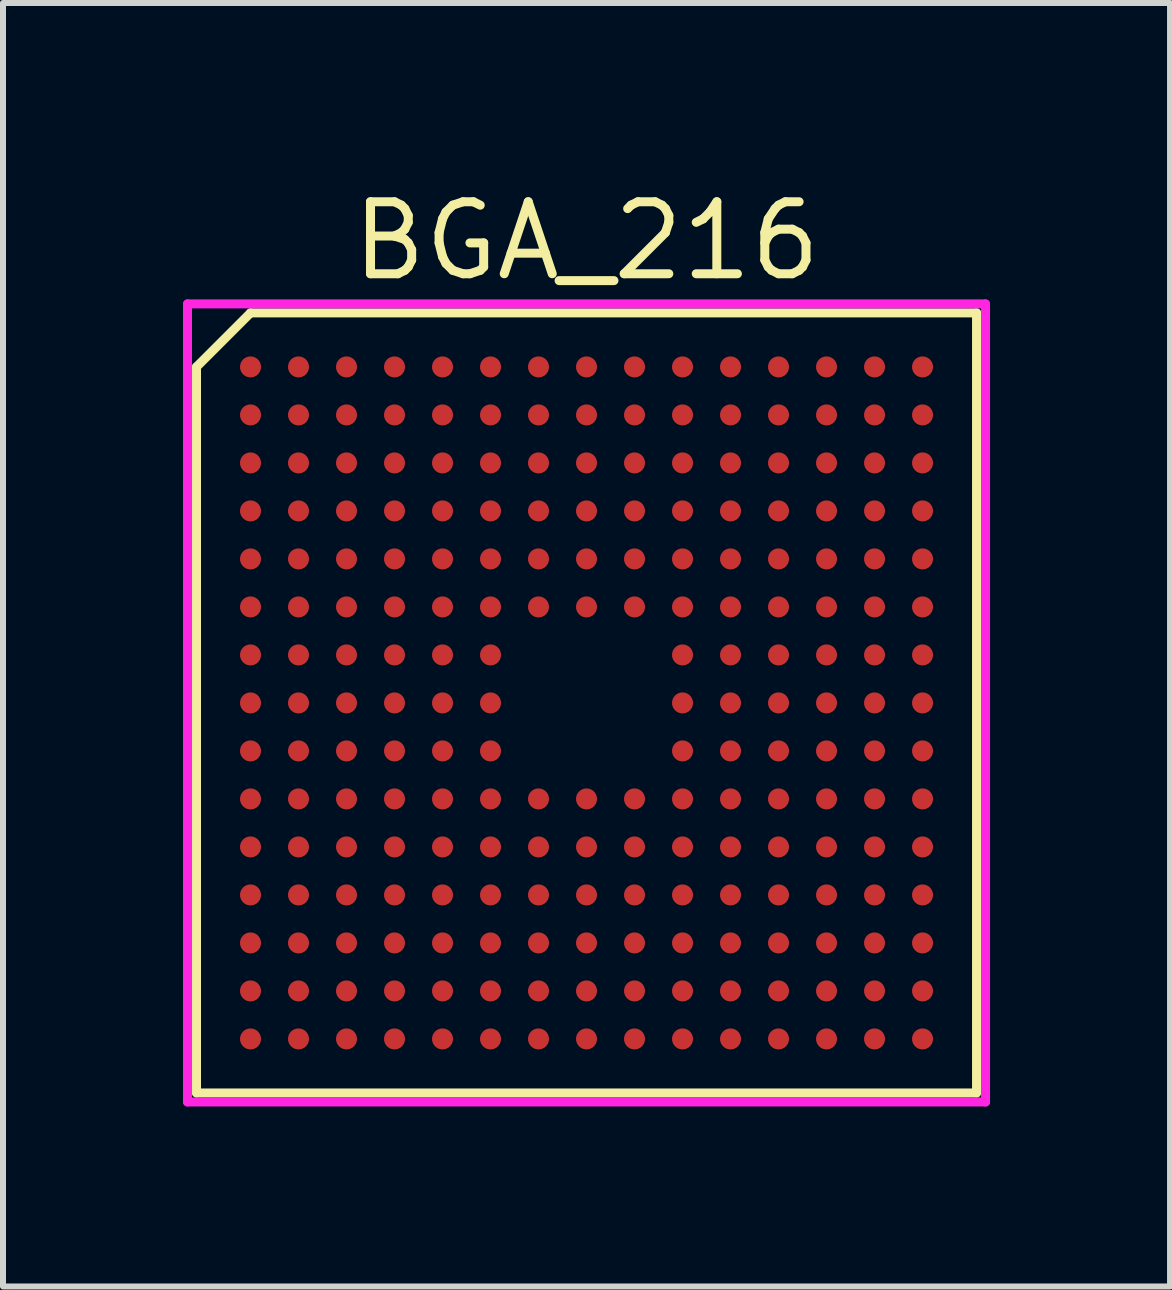
<source format=kicad_pcb>
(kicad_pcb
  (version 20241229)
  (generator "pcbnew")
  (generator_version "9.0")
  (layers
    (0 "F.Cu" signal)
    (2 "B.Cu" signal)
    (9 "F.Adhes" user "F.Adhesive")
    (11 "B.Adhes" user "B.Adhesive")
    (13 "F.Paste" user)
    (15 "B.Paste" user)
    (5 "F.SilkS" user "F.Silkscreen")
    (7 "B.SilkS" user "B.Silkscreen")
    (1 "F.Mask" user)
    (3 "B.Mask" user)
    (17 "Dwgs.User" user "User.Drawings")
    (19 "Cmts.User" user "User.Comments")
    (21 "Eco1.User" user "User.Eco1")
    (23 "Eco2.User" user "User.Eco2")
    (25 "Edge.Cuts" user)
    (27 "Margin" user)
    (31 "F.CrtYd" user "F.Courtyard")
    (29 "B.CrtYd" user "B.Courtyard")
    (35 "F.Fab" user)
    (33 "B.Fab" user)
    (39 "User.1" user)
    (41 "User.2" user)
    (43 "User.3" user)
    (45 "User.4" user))
  (footprint "BGA_216"
    (layer "F.Cu")
    (at 6.725 8.665)
    (property "Reference" "BGA_216" (at 0 -7.7 0) (layer "F.SilkS") (effects (font (size 1.2 1.2) (thickness 0.15))))
    (attr through_hole)
    (fp_line (start -6.5 -5.6) (end -6.5 6.5) (stroke (width 0.15) (type solid)) (layer "F.SilkS"))
    (fp_line (start -6.5 6.5) (end 6.5 6.5) (stroke (width 0.15) (type solid)) (layer "F.SilkS"))
    (fp_line (start -5.6 -6.5) (end -6.5 -5.6) (stroke (width 0.15) (type solid)) (layer "F.SilkS"))
    (fp_line (start 6.5 -6.5) (end -5.6 -6.5) (stroke (width 0.15) (type solid)) (layer "F.SilkS"))
    (fp_line (start 6.5 6.5) (end 6.5 -6.5) (stroke (width 0.15) (type solid)) (layer "F.SilkS"))
    (fp_line (start -6.65 -6.65) (end 6.65 -6.65) (stroke (width 0.15) (type solid)) (layer "F.CrtYd"))
    (fp_line (start -6.65 6.65) (end -6.65 -6.65) (stroke (width 0.15) (type solid)) (layer "F.CrtYd"))
    (fp_line (start 6.65 -6.65) (end 6.65 6.65) (stroke (width 0.15) (type solid)) (layer "F.CrtYd"))
    (fp_line (start 6.65 6.65) (end -6.65 6.65) (stroke (width 0.15) (type solid)) (layer "F.CrtYd"))
    (pad "A1" smd circle (at -5.6 -5.6) (size 0.35 0.35) (layers "F.Cu" "F.Mask" "F.Paste"))
    (pad "A2" smd circle (at -4.8 -5.6) (size 0.35 0.35) (layers "F.Cu" "F.Mask" "F.Paste"))
    (pad "A3" smd circle (at -4 -5.6) (size 0.35 0.35) (layers "F.Cu" "F.Mask" "F.Paste"))
    (pad "A4" smd circle (at -3.2 -5.6) (size 0.35 0.35) (layers "F.Cu" "F.Mask" "F.Paste"))
    (pad "A5" smd circle (at -2.4 -5.6) (size 0.35 0.35) (layers "F.Cu" "F.Mask" "F.Paste"))
    (pad "A6" smd circle (at -1.6 -5.6) (size 0.35 0.35) (layers "F.Cu" "F.Mask" "F.Paste"))
    (pad "A7" smd circle (at -0.8 -5.6) (size 0.35 0.35) (layers "F.Cu" "F.Mask" "F.Paste"))
    (pad "A8" smd circle (at 0 -5.6) (size 0.35 0.35) (layers "F.Cu" "F.Mask" "F.Paste"))
    (pad "A9" smd circle (at 0.8 -5.6) (size 0.35 0.35) (layers "F.Cu" "F.Mask" "F.Paste"))
    (pad "A10" smd circle (at 1.6 -5.6) (size 0.35 0.35) (layers "F.Cu" "F.Mask" "F.Paste"))
    (pad "A11" smd circle (at 2.4 -5.6) (size 0.35 0.35) (layers "F.Cu" "F.Mask" "F.Paste"))
    (pad "A12" smd circle (at 3.2 -5.6) (size 0.35 0.35) (layers "F.Cu" "F.Mask" "F.Paste"))
    (pad "A13" smd circle (at 4 -5.6) (size 0.35 0.35) (layers "F.Cu" "F.Mask" "F.Paste"))
    (pad "A14" smd circle (at 4.8 -5.6) (size 0.35 0.35) (layers "F.Cu" "F.Mask" "F.Paste"))
    (pad "A15" smd circle (at 5.6 -5.6) (size 0.35 0.35) (layers "F.Cu" "F.Mask" "F.Paste"))
    (pad "B1" smd circle (at -5.6 -4.8) (size 0.35 0.35) (layers "F.Cu" "F.Mask" "F.Paste"))
    (pad "B2" smd circle (at -4.8 -4.8) (size 0.35 0.35) (layers "F.Cu" "F.Mask" "F.Paste"))
    (pad "B3" smd circle (at -4 -4.8) (size 0.35 0.35) (layers "F.Cu" "F.Mask" "F.Paste"))
    (pad "B4" smd circle (at -3.2 -4.8) (size 0.35 0.35) (layers "F.Cu" "F.Mask" "F.Paste"))
    (pad "B5" smd circle (at -2.4 -4.8) (size 0.35 0.35) (layers "F.Cu" "F.Mask" "F.Paste"))
    (pad "B6" smd circle (at -1.6 -4.8) (size 0.35 0.35) (layers "F.Cu" "F.Mask" "F.Paste"))
    (pad "B7" smd circle (at -0.8 -4.8) (size 0.35 0.35) (layers "F.Cu" "F.Mask" "F.Paste"))
    (pad "B8" smd circle (at 0 -4.8) (size 0.35 0.35) (layers "F.Cu" "F.Mask" "F.Paste"))
    (pad "B9" smd circle (at 0.8 -4.8) (size 0.35 0.35) (layers "F.Cu" "F.Mask" "F.Paste"))
    (pad "B10" smd circle (at 1.6 -4.8) (size 0.35 0.35) (layers "F.Cu" "F.Mask" "F.Paste"))
    (pad "B11" smd circle (at 2.4 -4.8) (size 0.35 0.35) (layers "F.Cu" "F.Mask" "F.Paste"))
    (pad "B12" smd circle (at 3.2 -4.8) (size 0.35 0.35) (layers "F.Cu" "F.Mask" "F.Paste"))
    (pad "B13" smd circle (at 4 -4.8) (size 0.35 0.35) (layers "F.Cu" "F.Mask" "F.Paste"))
    (pad "B14" smd circle (at 4.8 -4.8) (size 0.35 0.35) (layers "F.Cu" "F.Mask" "F.Paste"))
    (pad "B15" smd circle (at 5.6 -4.8) (size 0.35 0.35) (layers "F.Cu" "F.Mask" "F.Paste"))
    (pad "C1" smd circle (at -5.6 -4) (size 0.35 0.35) (layers "F.Cu" "F.Mask" "F.Paste"))
    (pad "C2" smd circle (at -4.8 -4) (size 0.35 0.35) (layers "F.Cu" "F.Mask" "F.Paste"))
    (pad "C3" smd circle (at -4 -4) (size 0.35 0.35) (layers "F.Cu" "F.Mask" "F.Paste"))
    (pad "C4" smd circle (at -3.2 -4) (size 0.35 0.35) (layers "F.Cu" "F.Mask" "F.Paste"))
    (pad "C5" smd circle (at -2.4 -4) (size 0.35 0.35) (layers "F.Cu" "F.Mask" "F.Paste"))
    (pad "C6" smd circle (at -1.6 -4) (size 0.35 0.35) (layers "F.Cu" "F.Mask" "F.Paste"))
    (pad "C7" smd circle (at -0.8 -4) (size 0.35 0.35) (layers "F.Cu" "F.Mask" "F.Paste"))
    (pad "C8" smd circle (at 0 -4) (size 0.35 0.35) (layers "F.Cu" "F.Mask" "F.Paste"))
    (pad "C9" smd circle (at 0.8 -4) (size 0.35 0.35) (layers "F.Cu" "F.Mask" "F.Paste"))
    (pad "C10" smd circle (at 1.6 -4) (size 0.35 0.35) (layers "F.Cu" "F.Mask" "F.Paste"))
    (pad "C11" smd circle (at 2.4 -4) (size 0.35 0.35) (layers "F.Cu" "F.Mask" "F.Paste"))
    (pad "C12" smd circle (at 3.2 -4) (size 0.35 0.35) (layers "F.Cu" "F.Mask" "F.Paste"))
    (pad "C13" smd circle (at 4 -4) (size 0.35 0.35) (layers "F.Cu" "F.Mask" "F.Paste"))
    (pad "C14" smd circle (at 4.8 -4) (size 0.35 0.35) (layers "F.Cu" "F.Mask" "F.Paste"))
    (pad "C15" smd circle (at 5.6 -4) (size 0.35 0.35) (layers "F.Cu" "F.Mask" "F.Paste"))
    (pad "D1" smd circle (at -5.6 -3.2) (size 0.35 0.35) (layers "F.Cu" "F.Mask" "F.Paste"))
    (pad "D2" smd circle (at -4.8 -3.2) (size 0.35 0.35) (layers "F.Cu" "F.Mask" "F.Paste"))
    (pad "D3" smd circle (at -4 -3.2) (size 0.35 0.35) (layers "F.Cu" "F.Mask" "F.Paste"))
    (pad "D4" smd circle (at -3.2 -3.2) (size 0.35 0.35) (layers "F.Cu" "F.Mask" "F.Paste"))
    (pad "D5" smd circle (at -2.4 -3.2) (size 0.35 0.35) (layers "F.Cu" "F.Mask" "F.Paste"))
    (pad "D6" smd circle (at -1.6 -3.2) (size 0.35 0.35) (layers "F.Cu" "F.Mask" "F.Paste"))
    (pad "D7" smd circle (at -0.8 -3.2) (size 0.35 0.35) (layers "F.Cu" "F.Mask" "F.Paste"))
    (pad "D8" smd circle (at 0 -3.2) (size 0.35 0.35) (layers "F.Cu" "F.Mask" "F.Paste"))
    (pad "D9" smd circle (at 0.8 -3.2) (size 0.35 0.35) (layers "F.Cu" "F.Mask" "F.Paste"))
    (pad "D10" smd circle (at 1.6 -3.2) (size 0.35 0.35) (layers "F.Cu" "F.Mask" "F.Paste"))
    (pad "D11" smd circle (at 2.4 -3.2) (size 0.35 0.35) (layers "F.Cu" "F.Mask" "F.Paste"))
    (pad "D12" smd circle (at 3.2 -3.2) (size 0.35 0.35) (layers "F.Cu" "F.Mask" "F.Paste"))
    (pad "D13" smd circle (at 4 -3.2) (size 0.35 0.35) (layers "F.Cu" "F.Mask" "F.Paste"))
    (pad "D14" smd circle (at 4.8 -3.2) (size 0.35 0.35) (layers "F.Cu" "F.Mask" "F.Paste"))
    (pad "D15" smd circle (at 5.6 -3.2) (size 0.35 0.35) (layers "F.Cu" "F.Mask" "F.Paste"))
    (pad "E1" smd circle (at -5.6 -2.4) (size 0.35 0.35) (layers "F.Cu" "F.Mask" "F.Paste"))
    (pad "E2" smd circle (at -4.8 -2.4) (size 0.35 0.35) (layers "F.Cu" "F.Mask" "F.Paste"))
    (pad "E3" smd circle (at -4 -2.4) (size 0.35 0.35) (layers "F.Cu" "F.Mask" "F.Paste"))
    (pad "E4" smd circle (at -3.2 -2.4) (size 0.35 0.35) (layers "F.Cu" "F.Mask" "F.Paste"))
    (pad "E5" smd circle (at -2.4 -2.4) (size 0.35 0.35) (layers "F.Cu" "F.Mask" "F.Paste"))
    (pad "E6" smd circle (at -1.6 -2.4) (size 0.35 0.35) (layers "F.Cu" "F.Mask" "F.Paste"))
    (pad "E7" smd circle (at -0.8 -2.4) (size 0.35 0.35) (layers "F.Cu" "F.Mask" "F.Paste"))
    (pad "E8" smd circle (at 0 -2.4) (size 0.35 0.35) (layers "F.Cu" "F.Mask" "F.Paste"))
    (pad "E9" smd circle (at 0.8 -2.4) (size 0.35 0.35) (layers "F.Cu" "F.Mask" "F.Paste"))
    (pad "E10" smd circle (at 1.6 -2.4) (size 0.35 0.35) (layers "F.Cu" "F.Mask" "F.Paste"))
    (pad "E11" smd circle (at 2.4 -2.4) (size 0.35 0.35) (layers "F.Cu" "F.Mask" "F.Paste"))
    (pad "E12" smd circle (at 3.2 -2.4) (size 0.35 0.35) (layers "F.Cu" "F.Mask" "F.Paste"))
    (pad "E13" smd circle (at 4 -2.4) (size 0.35 0.35) (layers "F.Cu" "F.Mask" "F.Paste"))
    (pad "E14" smd circle (at 4.8 -2.4) (size 0.35 0.35) (layers "F.Cu" "F.Mask" "F.Paste"))
    (pad "E15" smd circle (at 5.6 -2.4) (size 0.35 0.35) (layers "F.Cu" "F.Mask" "F.Paste"))
    (pad "F1" smd circle (at -5.6 -1.6) (size 0.35 0.35) (layers "F.Cu" "F.Mask" "F.Paste"))
    (pad "F2" smd circle (at -4.8 -1.6) (size 0.35 0.35) (layers "F.Cu" "F.Mask" "F.Paste"))
    (pad "F3" smd circle (at -4 -1.6) (size 0.35 0.35) (layers "F.Cu" "F.Mask" "F.Paste"))
    (pad "F4" smd circle (at -3.2 -1.6) (size 0.35 0.35) (layers "F.Cu" "F.Mask" "F.Paste"))
    (pad "F5" smd circle (at -2.4 -1.6) (size 0.35 0.35) (layers "F.Cu" "F.Mask" "F.Paste"))
    (pad "F6" smd circle (at -1.6 -1.6) (size 0.35 0.35) (layers "F.Cu" "F.Mask" "F.Paste"))
    (pad "F7" smd circle (at -0.8 -1.6) (size 0.35 0.35) (layers "F.Cu" "F.Mask" "F.Paste"))
    (pad "F8" smd circle (at 0 -1.6) (size 0.35 0.35) (layers "F.Cu" "F.Mask" "F.Paste"))
    (pad "F9" smd circle (at 0.8 -1.6) (size 0.35 0.35) (layers "F.Cu" "F.Mask" "F.Paste"))
    (pad "F10" smd circle (at 1.6 -1.6) (size 0.35 0.35) (layers "F.Cu" "F.Mask" "F.Paste"))
    (pad "F11" smd circle (at 2.4 -1.6) (size 0.35 0.35) (layers "F.Cu" "F.Mask" "F.Paste"))
    (pad "F12" smd circle (at 3.2 -1.6) (size 0.35 0.35) (layers "F.Cu" "F.Mask" "F.Paste"))
    (pad "F13" smd circle (at 4 -1.6) (size 0.35 0.35) (layers "F.Cu" "F.Mask" "F.Paste"))
    (pad "F14" smd circle (at 4.8 -1.6) (size 0.35 0.35) (layers "F.Cu" "F.Mask" "F.Paste"))
    (pad "F15" smd circle (at 5.6 -1.6) (size 0.35 0.35) (layers "F.Cu" "F.Mask" "F.Paste"))
    (pad "G1" smd circle (at -5.6 -0.8) (size 0.35 0.35) (layers "F.Cu" "F.Mask" "F.Paste"))
    (pad "G2" smd circle (at -4.8 -0.8) (size 0.35 0.35) (layers "F.Cu" "F.Mask" "F.Paste"))
    (pad "G3" smd circle (at -4 -0.8) (size 0.35 0.35) (layers "F.Cu" "F.Mask" "F.Paste"))
    (pad "G4" smd circle (at -3.2 -0.8) (size 0.35 0.35) (layers "F.Cu" "F.Mask" "F.Paste"))
    (pad "G5" smd circle (at -2.4 -0.8) (size 0.35 0.35) (layers "F.Cu" "F.Mask" "F.Paste"))
    (pad "G6" smd circle (at -1.6 -0.8) (size 0.35 0.35) (layers "F.Cu" "F.Mask" "F.Paste"))
    (pad "G10" smd circle (at 1.6 -0.8) (size 0.35 0.35) (layers "F.Cu" "F.Mask" "F.Paste"))
    (pad "G11" smd circle (at 2.4 -0.8) (size 0.35 0.35) (layers "F.Cu" "F.Mask" "F.Paste"))
    (pad "G12" smd circle (at 3.2 -0.8) (size 0.35 0.35) (layers "F.Cu" "F.Mask" "F.Paste"))
    (pad "G13" smd circle (at 4 -0.8) (size 0.35 0.35) (layers "F.Cu" "F.Mask" "F.Paste"))
    (pad "G14" smd circle (at 4.8 -0.8) (size 0.35 0.35) (layers "F.Cu" "F.Mask" "F.Paste"))
    (pad "G15" smd circle (at 5.6 -0.8) (size 0.35 0.35) (layers "F.Cu" "F.Mask" "F.Paste"))
    (pad "H1" smd circle (at -5.6 0) (size 0.35 0.35) (layers "F.Cu" "F.Mask" "F.Paste"))
    (pad "H2" smd circle (at -4.8 0) (size 0.35 0.35) (layers "F.Cu" "F.Mask" "F.Paste"))
    (pad "H3" smd circle (at -4 0) (size 0.35 0.35) (layers "F.Cu" "F.Mask" "F.Paste"))
    (pad "H4" smd circle (at -3.2 0) (size 0.35 0.35) (layers "F.Cu" "F.Mask" "F.Paste"))
    (pad "H5" smd circle (at -2.4 0) (size 0.35 0.35) (layers "F.Cu" "F.Mask" "F.Paste"))
    (pad "H6" smd circle (at -1.6 0) (size 0.35 0.35) (layers "F.Cu" "F.Mask" "F.Paste"))
    (pad "H10" smd circle (at 1.6 0) (size 0.35 0.35) (layers "F.Cu" "F.Mask" "F.Paste"))
    (pad "H11" smd circle (at 2.4 0) (size 0.35 0.35) (layers "F.Cu" "F.Mask" "F.Paste"))
    (pad "H12" smd circle (at 3.2 0) (size 0.35 0.35) (layers "F.Cu" "F.Mask" "F.Paste"))
    (pad "H13" smd circle (at 4 0) (size 0.35 0.35) (layers "F.Cu" "F.Mask" "F.Paste"))
    (pad "H14" smd circle (at 4.8 0) (size 0.35 0.35) (layers "F.Cu" "F.Mask" "F.Paste"))
    (pad "H15" smd circle (at 5.6 0) (size 0.35 0.35) (layers "F.Cu" "F.Mask" "F.Paste"))
    (pad "J1" smd circle (at -5.6 0.8) (size 0.35 0.35) (layers "F.Cu" "F.Mask" "F.Paste"))
    (pad "J2" smd circle (at -4.8 0.8) (size 0.35 0.35) (layers "F.Cu" "F.Mask" "F.Paste"))
    (pad "J3" smd circle (at -4 0.8) (size 0.35 0.35) (layers "F.Cu" "F.Mask" "F.Paste"))
    (pad "J4" smd circle (at -3.2 0.8) (size 0.35 0.35) (layers "F.Cu" "F.Mask" "F.Paste"))
    (pad "J5" smd circle (at -2.4 0.8) (size 0.35 0.35) (layers "F.Cu" "F.Mask" "F.Paste"))
    (pad "J6" smd circle (at -1.6 0.8) (size 0.35 0.35) (layers "F.Cu" "F.Mask" "F.Paste"))
    (pad "J10" smd circle (at 1.6 0.8) (size 0.35 0.35) (layers "F.Cu" "F.Mask" "F.Paste"))
    (pad "J11" smd circle (at 2.4 0.8) (size 0.35 0.35) (layers "F.Cu" "F.Mask" "F.Paste"))
    (pad "J12" smd circle (at 3.2 0.8) (size 0.35 0.35) (layers "F.Cu" "F.Mask" "F.Paste"))
    (pad "J13" smd circle (at 4 0.8) (size 0.35 0.35) (layers "F.Cu" "F.Mask" "F.Paste"))
    (pad "J14" smd circle (at 4.8 0.8) (size 0.35 0.35) (layers "F.Cu" "F.Mask" "F.Paste"))
    (pad "J15" smd circle (at 5.6 0.8) (size 0.35 0.35) (layers "F.Cu" "F.Mask" "F.Paste"))
    (pad "K1" smd circle (at -5.6 1.6) (size 0.35 0.35) (layers "F.Cu" "F.Mask" "F.Paste"))
    (pad "K2" smd circle (at -4.8 1.6) (size 0.35 0.35) (layers "F.Cu" "F.Mask" "F.Paste"))
    (pad "K3" smd circle (at -4 1.6) (size 0.35 0.35) (layers "F.Cu" "F.Mask" "F.Paste"))
    (pad "K4" smd circle (at -3.2 1.6) (size 0.35 0.35) (layers "F.Cu" "F.Mask" "F.Paste"))
    (pad "K5" smd circle (at -2.4 1.6) (size 0.35 0.35) (layers "F.Cu" "F.Mask" "F.Paste"))
    (pad "K6" smd circle (at -1.6 1.6) (size 0.35 0.35) (layers "F.Cu" "F.Mask" "F.Paste"))
    (pad "K7" smd circle (at -0.8 1.6) (size 0.35 0.35) (layers "F.Cu" "F.Mask" "F.Paste"))
    (pad "K8" smd circle (at 0 1.6) (size 0.35 0.35) (layers "F.Cu" "F.Mask" "F.Paste"))
    (pad "K9" smd circle (at 0.8 1.6) (size 0.35 0.35) (layers "F.Cu" "F.Mask" "F.Paste"))
    (pad "K10" smd circle (at 1.6 1.6) (size 0.35 0.35) (layers "F.Cu" "F.Mask" "F.Paste"))
    (pad "K11" smd circle (at 2.4 1.6) (size 0.35 0.35) (layers "F.Cu" "F.Mask" "F.Paste"))
    (pad "K12" smd circle (at 3.2 1.6) (size 0.35 0.35) (layers "F.Cu" "F.Mask" "F.Paste"))
    (pad "K13" smd circle (at 4 1.6) (size 0.35 0.35) (layers "F.Cu" "F.Mask" "F.Paste"))
    (pad "K14" smd circle (at 4.8 1.6) (size 0.35 0.35) (layers "F.Cu" "F.Mask" "F.Paste"))
    (pad "K15" smd circle (at 5.6 1.6) (size 0.35 0.35) (layers "F.Cu" "F.Mask" "F.Paste"))
    (pad "L1" smd circle (at -5.6 2.4) (size 0.35 0.35) (layers "F.Cu" "F.Mask" "F.Paste"))
    (pad "L2" smd circle (at -4.8 2.4) (size 0.35 0.35) (layers "F.Cu" "F.Mask" "F.Paste"))
    (pad "L3" smd circle (at -4 2.4) (size 0.35 0.35) (layers "F.Cu" "F.Mask" "F.Paste"))
    (pad "L4" smd circle (at -3.2 2.4) (size 0.35 0.35) (layers "F.Cu" "F.Mask" "F.Paste"))
    (pad "L5" smd circle (at -2.4 2.4) (size 0.35 0.35) (layers "F.Cu" "F.Mask" "F.Paste"))
    (pad "L6" smd circle (at -1.6 2.4) (size 0.35 0.35) (layers "F.Cu" "F.Mask" "F.Paste"))
    (pad "L7" smd circle (at -0.8 2.4) (size 0.35 0.35) (layers "F.Cu" "F.Mask" "F.Paste"))
    (pad "L8" smd circle (at 0 2.4) (size 0.35 0.35) (layers "F.Cu" "F.Mask" "F.Paste"))
    (pad "L9" smd circle (at 0.8 2.4) (size 0.35 0.35) (layers "F.Cu" "F.Mask" "F.Paste"))
    (pad "L10" smd circle (at 1.6 2.4) (size 0.35 0.35) (layers "F.Cu" "F.Mask" "F.Paste"))
    (pad "L11" smd circle (at 2.4 2.4) (size 0.35 0.35) (layers "F.Cu" "F.Mask" "F.Paste"))
    (pad "L12" smd circle (at 3.2 2.4) (size 0.35 0.35) (layers "F.Cu" "F.Mask" "F.Paste"))
    (pad "L13" smd circle (at 4 2.4) (size 0.35 0.35) (layers "F.Cu" "F.Mask" "F.Paste"))
    (pad "L14" smd circle (at 4.8 2.4) (size 0.35 0.35) (layers "F.Cu" "F.Mask" "F.Paste"))
    (pad "L15" smd circle (at 5.6 2.4) (size 0.35 0.35) (layers "F.Cu" "F.Mask" "F.Paste"))
    (pad "M1" smd circle (at -5.6 3.2) (size 0.35 0.35) (layers "F.Cu" "F.Mask" "F.Paste"))
    (pad "M2" smd circle (at -4.8 3.2) (size 0.35 0.35) (layers "F.Cu" "F.Mask" "F.Paste"))
    (pad "M3" smd circle (at -4 3.2) (size 0.35 0.35) (layers "F.Cu" "F.Mask" "F.Paste"))
    (pad "M4" smd circle (at -3.2 3.2) (size 0.35 0.35) (layers "F.Cu" "F.Mask" "F.Paste"))
    (pad "M5" smd circle (at -2.4 3.2) (size 0.35 0.35) (layers "F.Cu" "F.Mask" "F.Paste"))
    (pad "M6" smd circle (at -1.6 3.2) (size 0.35 0.35) (layers "F.Cu" "F.Mask" "F.Paste"))
    (pad "M7" smd circle (at -0.8 3.2) (size 0.35 0.35) (layers "F.Cu" "F.Mask" "F.Paste"))
    (pad "M8" smd circle (at 0 3.2) (size 0.35 0.35) (layers "F.Cu" "F.Mask" "F.Paste"))
    (pad "M9" smd circle (at 0.8 3.2) (size 0.35 0.35) (layers "F.Cu" "F.Mask" "F.Paste"))
    (pad "M10" smd circle (at 1.6 3.2) (size 0.35 0.35) (layers "F.Cu" "F.Mask" "F.Paste"))
    (pad "M11" smd circle (at 2.4 3.2) (size 0.35 0.35) (layers "F.Cu" "F.Mask" "F.Paste"))
    (pad "M12" smd circle (at 3.2 3.2) (size 0.35 0.35) (layers "F.Cu" "F.Mask" "F.Paste"))
    (pad "M13" smd circle (at 4 3.2) (size 0.35 0.35) (layers "F.Cu" "F.Mask" "F.Paste"))
    (pad "M14" smd circle (at 4.8 3.2) (size 0.35 0.35) (layers "F.Cu" "F.Mask" "F.Paste"))
    (pad "M15" smd circle (at 5.6 3.2) (size 0.35 0.35) (layers "F.Cu" "F.Mask" "F.Paste"))
    (pad "N1" smd circle (at -5.6 4) (size 0.35 0.35) (layers "F.Cu" "F.Mask" "F.Paste"))
    (pad "N2" smd circle (at -4.8 4) (size 0.35 0.35) (layers "F.Cu" "F.Mask" "F.Paste"))
    (pad "N3" smd circle (at -4 4) (size 0.35 0.35) (layers "F.Cu" "F.Mask" "F.Paste"))
    (pad "N4" smd circle (at -3.2 4) (size 0.35 0.35) (layers "F.Cu" "F.Mask" "F.Paste"))
    (pad "N5" smd circle (at -2.4 4) (size 0.35 0.35) (layers "F.Cu" "F.Mask" "F.Paste"))
    (pad "N6" smd circle (at -1.6 4) (size 0.35 0.35) (layers "F.Cu" "F.Mask" "F.Paste"))
    (pad "N7" smd circle (at -0.8 4) (size 0.35 0.35) (layers "F.Cu" "F.Mask" "F.Paste"))
    (pad "N8" smd circle (at 0 4) (size 0.35 0.35) (layers "F.Cu" "F.Mask" "F.Paste"))
    (pad "N9" smd circle (at 0.8 4) (size 0.35 0.35) (layers "F.Cu" "F.Mask" "F.Paste"))
    (pad "N10" smd circle (at 1.6 4) (size 0.35 0.35) (layers "F.Cu" "F.Mask" "F.Paste"))
    (pad "N11" smd circle (at 2.4 4) (size 0.35 0.35) (layers "F.Cu" "F.Mask" "F.Paste"))
    (pad "N12" smd circle (at 3.2 4) (size 0.35 0.35) (layers "F.Cu" "F.Mask" "F.Paste"))
    (pad "N13" smd circle (at 4 4) (size 0.35 0.35) (layers "F.Cu" "F.Mask" "F.Paste"))
    (pad "N14" smd circle (at 4.8 4) (size 0.35 0.35) (layers "F.Cu" "F.Mask" "F.Paste"))
    (pad "N15" smd circle (at 5.6 4) (size 0.35 0.35) (layers "F.Cu" "F.Mask" "F.Paste"))
    (pad "P1" smd circle (at -5.6 4.8) (size 0.35 0.35) (layers "F.Cu" "F.Mask" "F.Paste"))
    (pad "P2" smd circle (at -4.8 4.8) (size 0.35 0.35) (layers "F.Cu" "F.Mask" "F.Paste"))
    (pad "P3" smd circle (at -4 4.8) (size 0.35 0.35) (layers "F.Cu" "F.Mask" "F.Paste"))
    (pad "P4" smd circle (at -3.2 4.8) (size 0.35 0.35) (layers "F.Cu" "F.Mask" "F.Paste"))
    (pad "P5" smd circle (at -2.4 4.8) (size 0.35 0.35) (layers "F.Cu" "F.Mask" "F.Paste"))
    (pad "P6" smd circle (at -1.6 4.8) (size 0.35 0.35) (layers "F.Cu" "F.Mask" "F.Paste"))
    (pad "P7" smd circle (at -0.8 4.8) (size 0.35 0.35) (layers "F.Cu" "F.Mask" "F.Paste"))
    (pad "P8" smd circle (at 0 4.8) (size 0.35 0.35) (layers "F.Cu" "F.Mask" "F.Paste"))
    (pad "P9" smd circle (at 0.8 4.8) (size 0.35 0.35) (layers "F.Cu" "F.Mask" "F.Paste"))
    (pad "P10" smd circle (at 1.6 4.8) (size 0.35 0.35) (layers "F.Cu" "F.Mask" "F.Paste"))
    (pad "P11" smd circle (at 2.4 4.8) (size 0.35 0.35) (layers "F.Cu" "F.Mask" "F.Paste"))
    (pad "P12" smd circle (at 3.2 4.8) (size 0.35 0.35) (layers "F.Cu" "F.Mask" "F.Paste"))
    (pad "P13" smd circle (at 4 4.8) (size 0.35 0.35) (layers "F.Cu" "F.Mask" "F.Paste"))
    (pad "P14" smd circle (at 4.8 4.8) (size 0.35 0.35) (layers "F.Cu" "F.Mask" "F.Paste"))
    (pad "P15" smd circle (at 5.6 4.8) (size 0.35 0.35) (layers "F.Cu" "F.Mask" "F.Paste"))
    (pad "R1" smd circle (at -5.6 5.6) (size 0.35 0.35) (layers "F.Cu" "F.Mask" "F.Paste"))
    (pad "R2" smd circle (at -4.8 5.6) (size 0.35 0.35) (layers "F.Cu" "F.Mask" "F.Paste"))
    (pad "R3" smd circle (at -4 5.6) (size 0.35 0.35) (layers "F.Cu" "F.Mask" "F.Paste"))
    (pad "R4" smd circle (at -3.2 5.6) (size 0.35 0.35) (layers "F.Cu" "F.Mask" "F.Paste"))
    (pad "R5" smd circle (at -2.4 5.6) (size 0.35 0.35) (layers "F.Cu" "F.Mask" "F.Paste"))
    (pad "R6" smd circle (at -1.6 5.6) (size 0.35 0.35) (layers "F.Cu" "F.Mask" "F.Paste"))
    (pad "R7" smd circle (at -0.8 5.6) (size 0.35 0.35) (layers "F.Cu" "F.Mask" "F.Paste"))
    (pad "R8" smd circle (at 0 5.6) (size 0.35 0.35) (layers "F.Cu" "F.Mask" "F.Paste"))
    (pad "R9" smd circle (at 0.8 5.6) (size 0.35 0.35) (layers "F.Cu" "F.Mask" "F.Paste"))
    (pad "R10" smd circle (at 1.6 5.6) (size 0.35 0.35) (layers "F.Cu" "F.Mask" "F.Paste"))
    (pad "R11" smd circle (at 2.4 5.6) (size 0.35 0.35) (layers "F.Cu" "F.Mask" "F.Paste"))
    (pad "R12" smd circle (at 3.2 5.6) (size 0.35 0.35) (layers "F.Cu" "F.Mask" "F.Paste"))
    (pad "R13" smd circle (at 4 5.6) (size 0.35 0.35) (layers "F.Cu" "F.Mask" "F.Paste"))
    (pad "R14" smd circle (at 4.8 5.6) (size 0.35 0.35) (layers "F.Cu" "F.Mask" "F.Paste"))
    (pad "R15" smd circle (at 5.6 5.6) (size 0.35 0.35) (layers "F.Cu" "F.Mask" "F.Paste")))
  (gr_rect
    (start -3 -3)
    (end 16.45 18.39)
    (stroke (width 0.1) (type default))
    (fill no)
    (layer "Edge.Cuts")))
</source>
